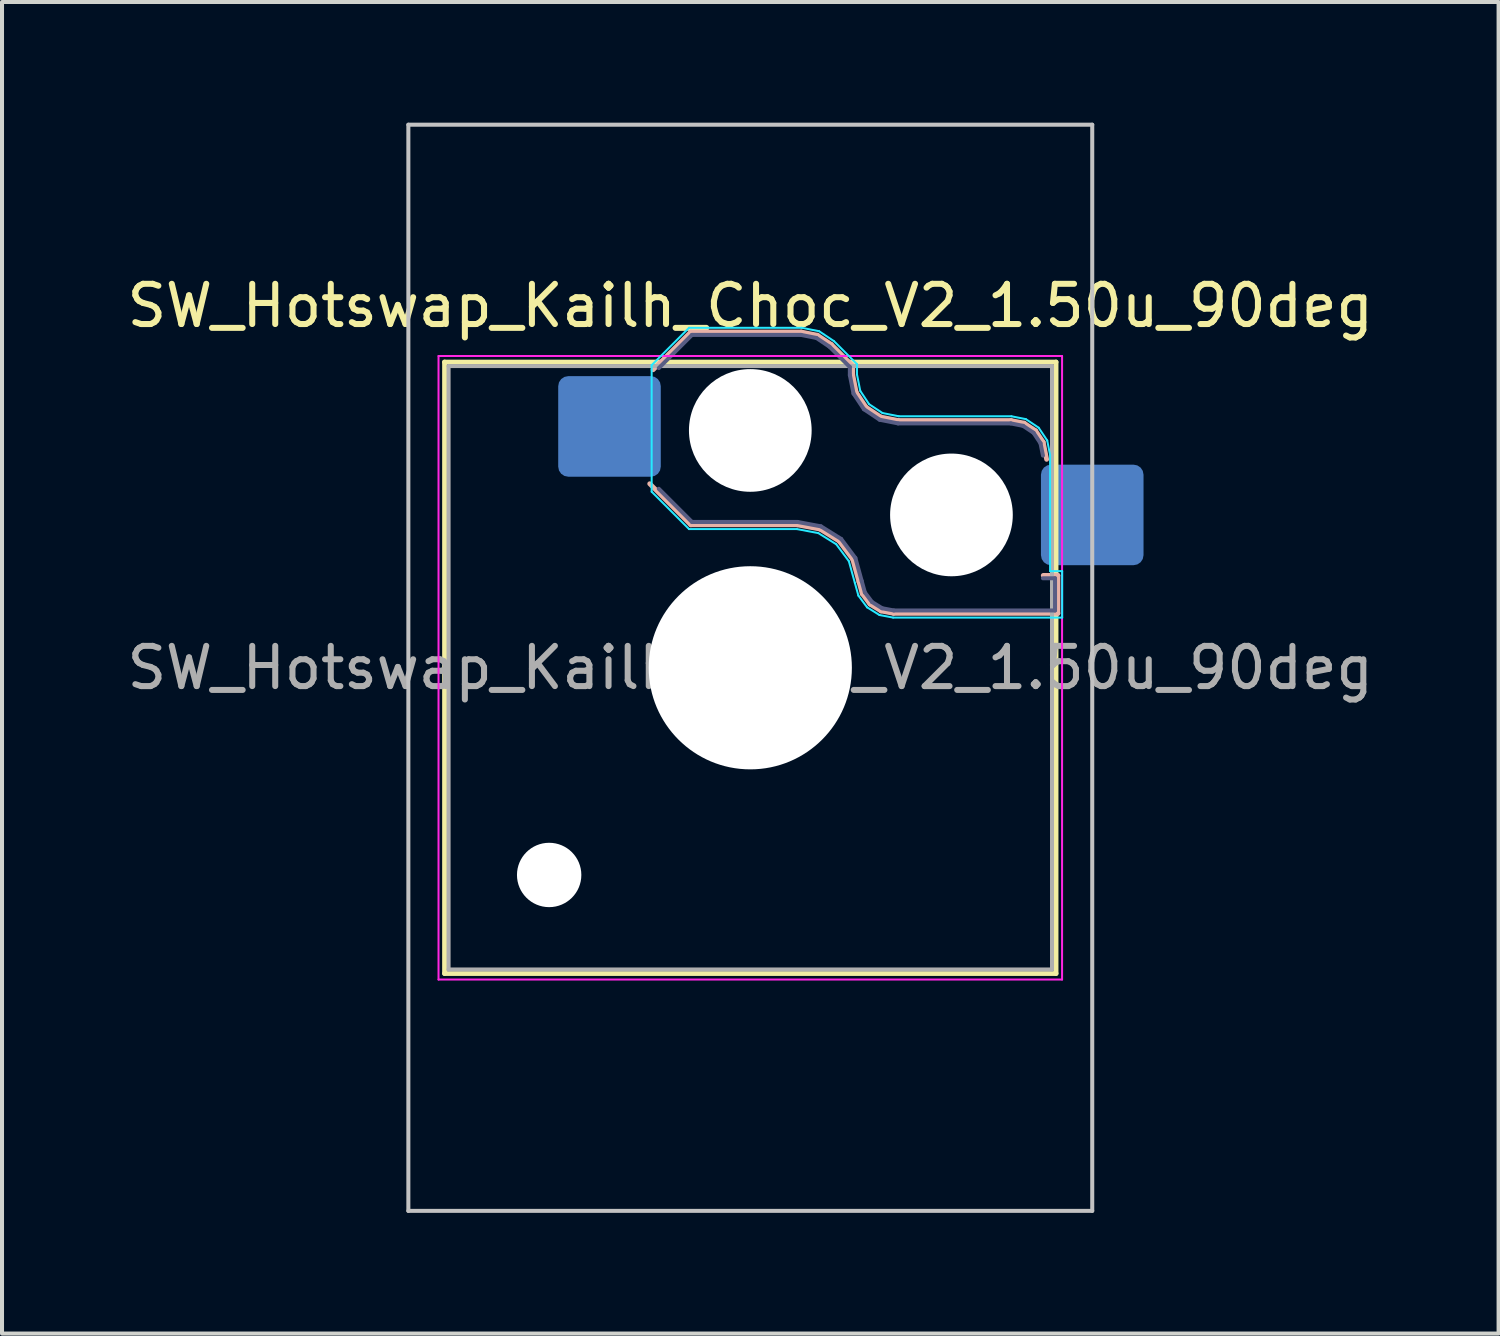
<source format=kicad_pcb>
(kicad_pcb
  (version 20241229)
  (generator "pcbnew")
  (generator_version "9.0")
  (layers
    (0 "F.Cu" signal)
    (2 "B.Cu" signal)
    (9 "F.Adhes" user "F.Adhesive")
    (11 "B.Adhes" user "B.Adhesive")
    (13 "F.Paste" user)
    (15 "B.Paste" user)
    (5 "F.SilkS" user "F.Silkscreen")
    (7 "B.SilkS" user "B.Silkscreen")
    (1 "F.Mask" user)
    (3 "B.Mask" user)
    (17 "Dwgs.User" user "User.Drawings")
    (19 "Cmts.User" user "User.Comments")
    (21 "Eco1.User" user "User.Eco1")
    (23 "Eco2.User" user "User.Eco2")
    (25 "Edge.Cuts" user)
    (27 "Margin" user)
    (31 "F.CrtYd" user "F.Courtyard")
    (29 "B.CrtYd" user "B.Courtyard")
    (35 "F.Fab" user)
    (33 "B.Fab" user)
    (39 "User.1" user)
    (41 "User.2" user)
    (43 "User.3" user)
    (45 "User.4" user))
  (footprint "SW_Hotswap_Kailh_Choc_V2_1.50u_90deg"
    (layer "F.Cu")
    (at 15.601 13.55)
    (property "Reference" "SW_Hotswap_Kailh_Choc_V2_1.50u_90deg" (at 0 -9 0) (layer "F.SilkS") (effects (font (size 1 1) (thickness 0.15))))
    (attr smd)
    (fp_line (start -7.6 -7.6) (end -7.6 7.6) (stroke (width 0.12) (type solid)) (layer "F.SilkS"))
    (fp_line (start -7.6 7.6) (end 7.6 7.6) (stroke (width 0.12) (type solid)) (layer "F.SilkS"))
    (fp_line (start 7.6 -7.6) (end -7.6 -7.6) (stroke (width 0.12) (type solid)) (layer "F.SilkS"))
    (fp_line (start 7.6 7.6) (end 7.6 -7.6) (stroke (width 0.12) (type solid)) (layer "F.SilkS"))
    (fp_line (start -2.416 -7.409) (end -1.479 -8.346) (stroke (width 0.12) (type solid)) (layer "B.SilkS"))
    (fp_line (start -1.479 -8.346) (end 1.268 -8.346) (stroke (width 0.12) (type solid)) (layer "B.SilkS"))
    (fp_line (start -1.479 -3.554) (end -2.5 -4.575) (stroke (width 0.12) (type solid)) (layer "B.SilkS"))
    (fp_line (start 1.168 -3.554) (end -1.479 -3.554) (stroke (width 0.12) (type solid)) (layer "B.SilkS"))
    (fp_line (start 1.268 -8.346) (end 1.671 -8.266) (stroke (width 0.12) (type solid)) (layer "B.SilkS"))
    (fp_line (start 1.671 -8.266) (end 2.013 -8.037) (stroke (width 0.12) (type solid)) (layer "B.SilkS"))
    (fp_line (start 1.73 -3.449) (end 1.168 -3.554) (stroke (width 0.12) (type solid)) (layer "B.SilkS"))
    (fp_line (start 2.013 -8.037) (end 2.546 -7.504) (stroke (width 0.12) (type solid)) (layer "B.SilkS"))
    (fp_line (start 2.209 -3.15) (end 1.73 -3.449) (stroke (width 0.12) (type solid)) (layer "B.SilkS"))
    (fp_line (start 2.546 -7.504) (end 2.546 -7.282) (stroke (width 0.12) (type solid)) (layer "B.SilkS"))
    (fp_line (start 2.546 -7.282) (end 2.633 -6.844) (stroke (width 0.12) (type solid)) (layer "B.SilkS"))
    (fp_line (start 2.547 -2.697) (end 2.209 -3.15) (stroke (width 0.12) (type solid)) (layer "B.SilkS"))
    (fp_line (start 2.633 -6.844) (end 2.877 -6.477) (stroke (width 0.12) (type solid)) (layer "B.SilkS"))
    (fp_line (start 2.701 -2.139) (end 2.547 -2.697) (stroke (width 0.12) (type solid)) (layer "B.SilkS"))
    (fp_line (start 2.783 -1.841) (end 2.701 -2.139) (stroke (width 0.12) (type solid)) (layer "B.SilkS"))
    (fp_line (start 2.877 -6.477) (end 3.244 -6.233) (stroke (width 0.12) (type solid)) (layer "B.SilkS"))
    (fp_line (start 2.976 -1.583) (end 2.783 -1.841) (stroke (width 0.12) (type solid)) (layer "B.SilkS"))
    (fp_line (start 3.244 -6.233) (end 3.682 -6.146) (stroke (width 0.12) (type solid)) (layer "B.SilkS"))
    (fp_line (start 3.25 -1.413) (end 2.976 -1.583) (stroke (width 0.12) (type solid)) (layer "B.SilkS"))
    (fp_line (start 3.56 -1.354) (end 3.25 -1.413) (stroke (width 0.12) (type solid)) (layer "B.SilkS"))
    (fp_line (start 3.682 -6.146) (end 6.482 -6.146) (stroke (width 0.12) (type solid)) (layer "B.SilkS"))
    (fp_line (start 6.482 -6.146) (end 6.809 -6.081) (stroke (width 0.12) (type solid)) (layer "B.SilkS"))
    (fp_line (start 6.809 -6.081) (end 7.092 -5.892) (stroke (width 0.12) (type solid)) (layer "B.SilkS"))
    (fp_line (start 7.092 -5.892) (end 7.281 -5.609) (stroke (width 0.12) (type solid)) (layer "B.SilkS"))
    (fp_line (start 7.281 -5.609) (end 7.366 -5.182) (stroke (width 0.12) (type solid)) (layer "B.SilkS"))
    (fp_line (start 7.283 -2.296) (end 7.646 -2.296) (stroke (width 0.12) (type solid)) (layer "B.SilkS"))
    (fp_line (start 7.646 -2.296) (end 7.646 -1.354) (stroke (width 0.12) (type solid)) (layer "B.SilkS"))
    (fp_line (start 7.646 -1.354) (end 3.56 -1.354) (stroke (width 0.12) (type solid)) (layer "B.SilkS"))
    (fp_line (start -8.5 -13.5) (end 8.5 -13.5) (stroke (width 0.1) (type solid)) (layer "Dwgs.User"))
    (fp_line (start -8.5 13.5) (end -8.5 -13.5) (stroke (width 0.1) (type solid)) (layer "Dwgs.User"))
    (fp_line (start 8.5 -13.5) (end 8.5 13.5) (stroke (width 0.1) (type solid)) (layer "Dwgs.User"))
    (fp_line (start 8.5 13.5) (end -8.5 13.5) (stroke (width 0.1) (type solid)) (layer "Dwgs.User"))
    (fp_line (start -7.25 -7.25) (end -7.25 7.25) (stroke (width 0.1) (type solid)) (layer "Eco1.User"))
    (fp_line (start -7.25 7.25) (end 7.25 7.25) (stroke (width 0.1) (type solid)) (layer "Eco1.User"))
    (fp_line (start 7.25 -7.25) (end -7.25 -7.25) (stroke (width 0.1) (type solid)) (layer "Eco1.User"))
    (fp_line (start 7.25 7.25) (end 7.25 -7.25) (stroke (width 0.1) (type solid)) (layer "Eco1.User"))
    (fp_line (start -2.452 -7.523) (end -1.523 -8.452) (stroke (width 0.05) (type solid)) (layer "B.CrtYd"))
    (fp_line (start -2.452 -4.377) (end -2.452 -7.523) (stroke (width 0.05) (type solid)) (layer "B.CrtYd"))
    (fp_line (start -1.523 -8.452) (end 1.278 -8.452) (stroke (width 0.05) (type solid)) (layer "B.CrtYd"))
    (fp_line (start -1.523 -3.448) (end -2.452 -4.377) (stroke (width 0.05) (type solid)) (layer "B.CrtYd"))
    (fp_line (start 1.159 -3.448) (end -1.523 -3.448) (stroke (width 0.05) (type solid)) (layer "B.CrtYd"))
    (fp_line (start 1.278 -8.452) (end 1.712 -8.366) (stroke (width 0.05) (type solid)) (layer "B.CrtYd"))
    (fp_line (start 1.691 -3.348) (end 1.159 -3.448) (stroke (width 0.05) (type solid)) (layer "B.CrtYd"))
    (fp_line (start 1.712 -8.366) (end 2.081 -8.119) (stroke (width 0.05) (type solid)) (layer "B.CrtYd"))
    (fp_line (start 2.081 -8.119) (end 2.652 -7.548) (stroke (width 0.05) (type solid)) (layer "B.CrtYd"))
    (fp_line (start 2.136 -3.071) (end 1.691 -3.348) (stroke (width 0.05) (type solid)) (layer "B.CrtYd"))
    (fp_line (start 2.45 -2.65) (end 2.136 -3.071) (stroke (width 0.05) (type solid)) (layer "B.CrtYd"))
    (fp_line (start 2.599 -2.111) (end 2.45 -2.65) (stroke (width 0.05) (type solid)) (layer "B.CrtYd"))
    (fp_line (start 2.652 -7.548) (end 2.652 -7.292) (stroke (width 0.05) (type solid)) (layer "B.CrtYd"))
    (fp_line (start 2.652 -7.292) (end 2.733 -6.885) (stroke (width 0.05) (type solid)) (layer "B.CrtYd"))
    (fp_line (start 2.687 -1.794) (end 2.599 -2.111) (stroke (width 0.05) (type solid)) (layer "B.CrtYd"))
    (fp_line (start 2.733 -6.885) (end 2.953 -6.553) (stroke (width 0.05) (type solid)) (layer "B.CrtYd"))
    (fp_line (start 2.903 -1.503) (end 2.687 -1.794) (stroke (width 0.05) (type solid)) (layer "B.CrtYd"))
    (fp_line (start 2.953 -6.553) (end 3.285 -6.333) (stroke (width 0.05) (type solid)) (layer "B.CrtYd"))
    (fp_line (start 3.211 -1.312) (end 2.903 -1.503) (stroke (width 0.05) (type solid)) (layer "B.CrtYd"))
    (fp_line (start 3.285 -6.333) (end 3.692 -6.252) (stroke (width 0.05) (type solid)) (layer "B.CrtYd"))
    (fp_line (start 3.55 -1.248) (end 3.211 -1.312) (stroke (width 0.05) (type solid)) (layer "B.CrtYd"))
    (fp_line (start 3.692 -6.252) (end 6.492 -6.252) (stroke (width 0.05) (type solid)) (layer "B.CrtYd"))
    (fp_line (start 6.492 -6.252) (end 6.85 -6.181) (stroke (width 0.05) (type solid)) (layer "B.CrtYd"))
    (fp_line (start 6.85 -6.181) (end 7.168 -5.968) (stroke (width 0.05) (type solid)) (layer "B.CrtYd"))
    (fp_line (start 7.168 -5.968) (end 7.381 -5.65) (stroke (width 0.05) (type solid)) (layer "B.CrtYd"))
    (fp_line (start 7.381 -5.65) (end 7.452 -5.292) (stroke (width 0.05) (type solid)) (layer "B.CrtYd"))
    (fp_line (start 7.452 -5.292) (end 7.452 -2.402) (stroke (width 0.05) (type solid)) (layer "B.CrtYd"))
    (fp_line (start 7.452 -2.402) (end 7.752 -2.402) (stroke (width 0.05) (type solid)) (layer "B.CrtYd"))
    (fp_line (start 7.752 -2.402) (end 7.752 -1.248) (stroke (width 0.05) (type solid)) (layer "B.CrtYd"))
    (fp_line (start 7.752 -1.248) (end 3.55 -1.248) (stroke (width 0.05) (type solid)) (layer "B.CrtYd"))
    (fp_line (start -7.75 -7.75) (end -7.75 7.75) (stroke (width 0.05) (type solid)) (layer "F.CrtYd"))
    (fp_line (start -7.75 7.75) (end 7.75 7.75) (stroke (width 0.05) (type solid)) (layer "F.CrtYd"))
    (fp_line (start 7.75 -7.75) (end -7.75 -7.75) (stroke (width 0.05) (type solid)) (layer "F.CrtYd"))
    (fp_line (start 7.75 7.75) (end 7.75 -7.75) (stroke (width 0.05) (type solid)) (layer "F.CrtYd"))
    (fp_line (start -2.275 -7.45) (end -1.45 -8.275) (stroke (width 0.1) (type solid)) (layer "B.Fab"))
    (fp_line (start -1.45 -8.275) (end 1.261 -8.275) (stroke (width 0.1) (type solid)) (layer "B.Fab"))
    (fp_line (start -1.45 -3.625) (end -2.275 -4.45) (stroke (width 0.1) (type solid)) (layer "B.Fab"))
    (fp_line (start 1.175 -3.625) (end -1.45 -3.625) (stroke (width 0.1) (type solid)) (layer "B.Fab"))
    (fp_line (start 1.261 -8.275) (end 1.643 -8.199) (stroke (width 0.1) (type solid)) (layer "B.Fab"))
    (fp_line (start 1.643 -8.199) (end 1.968 -7.982) (stroke (width 0.1) (type solid)) (layer "B.Fab"))
    (fp_line (start 1.756 -3.516) (end 1.175 -3.625) (stroke (width 0.1) (type solid)) (layer "B.Fab"))
    (fp_line (start 1.968 -7.982) (end 2.475 -7.475) (stroke (width 0.1) (type solid)) (layer "B.Fab"))
    (fp_line (start 2.258 -3.203) (end 1.756 -3.516) (stroke (width 0.1) (type solid)) (layer "B.Fab"))
    (fp_line (start 2.475 -7.475) (end 2.475 -7.275) (stroke (width 0.1) (type solid)) (layer "B.Fab"))
    (fp_line (start 2.475 -7.275) (end 2.566 -6.816) (stroke (width 0.1) (type solid)) (layer "B.Fab"))
    (fp_line (start 2.566 -6.816) (end 2.826 -6.426) (stroke (width 0.1) (type solid)) (layer "B.Fab"))
    (fp_line (start 2.612 -2.729) (end 2.258 -3.203) (stroke (width 0.1) (type solid)) (layer "B.Fab"))
    (fp_line (start 2.769 -2.158) (end 2.612 -2.729) (stroke (width 0.1) (type solid)) (layer "B.Fab"))
    (fp_line (start 2.826 -6.426) (end 3.216 -6.166) (stroke (width 0.1) (type solid)) (layer "B.Fab"))
    (fp_line (start 2.848 -1.873) (end 2.769 -2.158) (stroke (width 0.1) (type solid)) (layer "B.Fab"))
    (fp_line (start 3.025 -1.636) (end 2.848 -1.873) (stroke (width 0.1) (type solid)) (layer "B.Fab"))
    (fp_line (start 3.216 -6.166) (end 3.675 -6.075) (stroke (width 0.1) (type solid)) (layer "B.Fab"))
    (fp_line (start 3.276 -1.48) (end 3.025 -1.636) (stroke (width 0.1) (type solid)) (layer "B.Fab"))
    (fp_line (start 3.567 -1.425) (end 3.276 -1.48) (stroke (width 0.1) (type solid)) (layer "B.Fab"))
    (fp_line (start 3.675 -6.075) (end 6.475 -6.075) (stroke (width 0.1) (type solid)) (layer "B.Fab"))
    (fp_line (start 6.475 -6.075) (end 6.781 -6.014) (stroke (width 0.1) (type solid)) (layer "B.Fab"))
    (fp_line (start 6.781 -6.014) (end 7.041 -5.841) (stroke (width 0.1) (type solid)) (layer "B.Fab"))
    (fp_line (start 7.041 -5.841) (end 7.214 -5.581) (stroke (width 0.1) (type solid)) (layer "B.Fab"))
    (fp_line (start 7.214 -5.581) (end 7.275 -5.275) (stroke (width 0.1) (type solid)) (layer "B.Fab"))
    (fp_line (start 7.275 -2.225) (end 7.575 -2.225) (stroke (width 0.1) (type solid)) (layer "B.Fab"))
    (fp_line (start 7.575 -2.225) (end 7.575 -1.425) (stroke (width 0.1) (type solid)) (layer "B.Fab"))
    (fp_line (start 7.575 -1.425) (end 3.567 -1.425) (stroke (width 0.1) (type solid)) (layer "B.Fab"))
    (fp_line (start -7.5 -7.5) (end -7.5 7.5) (stroke (width 0.1) (type solid)) (layer "F.Fab"))
    (fp_line (start -7.5 7.5) (end 7.5 7.5) (stroke (width 0.1) (type solid)) (layer "F.Fab"))
    (fp_line (start 7.5 -7.5) (end -7.5 -7.5) (stroke (width 0.1) (type solid)) (layer "F.Fab"))
    (fp_line (start 7.5 7.5) (end 7.5 -7.5) (stroke (width 0.1) (type solid)) (layer "F.Fab"))
    (fp_text user "${REFERENCE}" (at 0 0 0) (layer "F.Fab") (effects (font (size 1 1) (thickness 0.15))))
    (pad "" np_thru_hole circle (at -5 5.15) (size 1.6 1.6) (drill 1.6) (layers "*.Cu" "*.Mask"))
    (pad "" np_thru_hole circle (at 0 -5.9) (size 3.05 3.05) (drill 3.05) (layers "*.Cu" "*.Mask"))
    (pad "" np_thru_hole circle (at 0 0) (size 5.05 5.05) (drill 5.05) (layers "*.Cu" "*.Mask"))
    (pad "" np_thru_hole circle (at 5 -3.8) (size 3.05 3.05) (drill 3.05) (layers "*.Cu" "*.Mask"))
    (pad "1" smd roundrect (at -3.5 -6) (size 2.55 2.5) (layers "B.Cu" "B.Mask" "B.Paste") (roundrect_rratio 0.1))
    (pad "2" smd roundrect (at 8.5 -3.8) (size 2.55 2.5) (layers "B.Cu" "B.Mask" "B.Paste") (roundrect_rratio 0.1)))
  (gr_rect
    (start -3 -3)
    (end 34.202 30.1)
    (stroke (width 0.1) (type default))
    (fill no)
    (layer "Edge.Cuts")))
</source>
